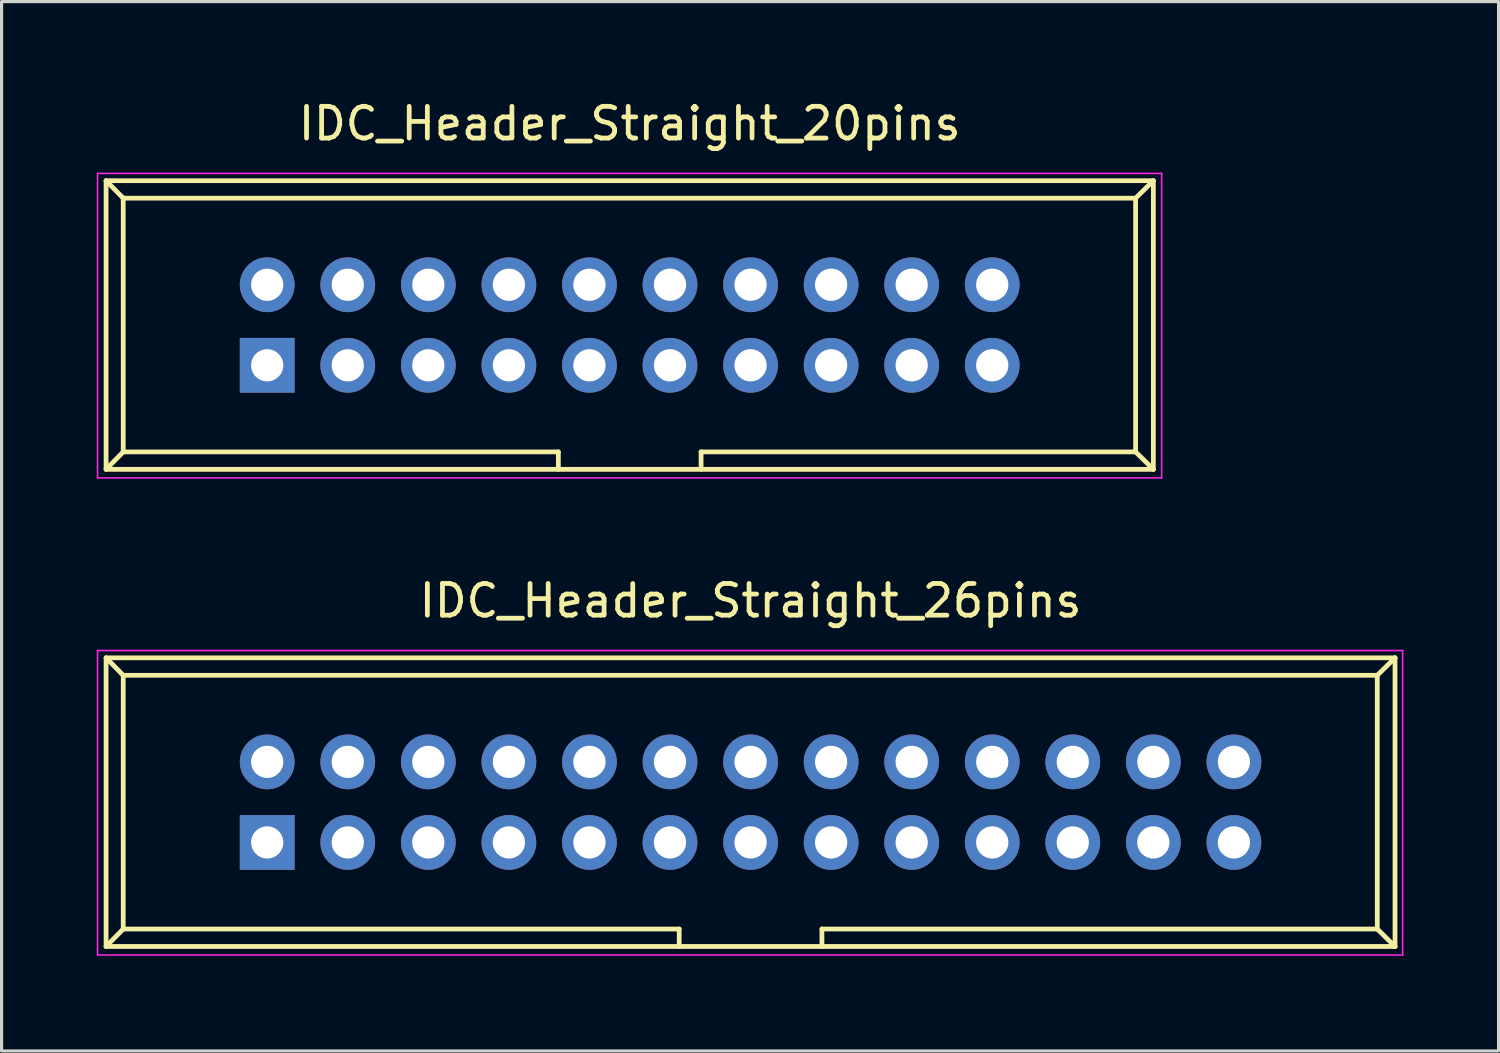
<source format=kicad_pcb>
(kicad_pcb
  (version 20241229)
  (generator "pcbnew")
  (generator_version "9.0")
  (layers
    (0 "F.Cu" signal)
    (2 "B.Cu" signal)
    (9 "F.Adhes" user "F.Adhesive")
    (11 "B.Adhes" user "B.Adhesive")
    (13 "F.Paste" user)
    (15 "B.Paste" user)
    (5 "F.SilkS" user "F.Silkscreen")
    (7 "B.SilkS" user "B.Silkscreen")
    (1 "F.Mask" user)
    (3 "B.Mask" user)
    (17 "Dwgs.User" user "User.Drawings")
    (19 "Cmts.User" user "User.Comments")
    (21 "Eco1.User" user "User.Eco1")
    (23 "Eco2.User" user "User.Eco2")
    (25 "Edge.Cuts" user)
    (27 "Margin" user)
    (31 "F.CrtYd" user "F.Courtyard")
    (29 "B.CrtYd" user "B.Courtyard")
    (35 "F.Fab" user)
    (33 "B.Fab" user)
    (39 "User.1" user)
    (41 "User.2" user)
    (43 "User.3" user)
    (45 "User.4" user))
  (footprint "IDC_Header_Straight_26pins"
    (layer "F.Cu")
    (at 5.375 23.512)
    (property "Reference" "IDC_Header_Straight_26pins" (at 15.24 -7.62 0) (layer "F.SilkS") (effects (font (size 1 1) (thickness 0.15))))
    (attr through_hole)
    (fp_line (start -5.08 -5.82) (end -5.08 3.28) (stroke (width 0.15) (type solid)) (layer "F.SilkS"))
    (fp_line (start -5.08 -5.82) (end -4.54 -5.27) (stroke (width 0.15) (type solid)) (layer "F.SilkS"))
    (fp_line (start -5.08 -5.82) (end 35.56 -5.82) (stroke (width 0.15) (type solid)) (layer "F.SilkS"))
    (fp_line (start -5.08 3.28) (end -4.54 2.73) (stroke (width 0.15) (type solid)) (layer "F.SilkS"))
    (fp_line (start -5.08 3.28) (end 35.56 3.28) (stroke (width 0.15) (type solid)) (layer "F.SilkS"))
    (fp_line (start -4.54 -5.27) (end -4.54 2.73) (stroke (width 0.15) (type solid)) (layer "F.SilkS"))
    (fp_line (start -4.54 -5.27) (end 35 -5.27) (stroke (width 0.15) (type solid)) (layer "F.SilkS"))
    (fp_line (start -4.54 2.73) (end 12.99 2.73) (stroke (width 0.15) (type solid)) (layer "F.SilkS"))
    (fp_line (start 12.99 2.73) (end 12.99 3.28) (stroke (width 0.15) (type solid)) (layer "F.SilkS"))
    (fp_line (start 17.49 2.73) (end 17.49 3.28) (stroke (width 0.15) (type solid)) (layer "F.SilkS"))
    (fp_line (start 17.49 2.73) (end 35 2.73) (stroke (width 0.15) (type solid)) (layer "F.SilkS"))
    (fp_line (start 35 -5.27) (end 35 2.73) (stroke (width 0.15) (type solid)) (layer "F.SilkS"))
    (fp_line (start 35.56 -5.82) (end 35 -5.27) (stroke (width 0.15) (type solid)) (layer "F.SilkS"))
    (fp_line (start 35.56 -5.82) (end 35.56 3.28) (stroke (width 0.15) (type solid)) (layer "F.SilkS"))
    (fp_line (start 35.56 3.28) (end 35 2.73) (stroke (width 0.15) (type solid)) (layer "F.SilkS"))
    (fp_line (start -5.35 -6.05) (end 35.8 -6.05) (stroke (width 0.05) (type solid)) (layer "F.CrtYd"))
    (fp_line (start -5.35 3.55) (end -5.35 -6.05) (stroke (width 0.05) (type solid)) (layer "F.CrtYd"))
    (fp_line (start 35.8 -6.05) (end 35.8 3.55) (stroke (width 0.05) (type solid)) (layer "F.CrtYd"))
    (fp_line (start 35.8 3.55) (end -5.35 3.55) (stroke (width 0.05) (type solid)) (layer "F.CrtYd"))
    (pad "1" thru_hole rect (at 0 0) (size 1.727 1.727) (drill 1.016) (layers "*.Cu" "*.Mask"))
    (pad "2" thru_hole oval (at 0 -2.54) (size 1.727 1.727) (drill 1.016) (layers "*.Cu" "*.Mask"))
    (pad "3" thru_hole oval (at 2.54 0) (size 1.727 1.727) (drill 1.016) (layers "*.Cu" "*.Mask"))
    (pad "4" thru_hole oval (at 2.54 -2.54) (size 1.727 1.727) (drill 1.016) (layers "*.Cu" "*.Mask"))
    (pad "5" thru_hole oval (at 5.08 0) (size 1.727 1.727) (drill 1.016) (layers "*.Cu" "*.Mask"))
    (pad "6" thru_hole oval (at 5.08 -2.54) (size 1.727 1.727) (drill 1.016) (layers "*.Cu" "*.Mask"))
    (pad "7" thru_hole oval (at 7.62 0) (size 1.727 1.727) (drill 1.016) (layers "*.Cu" "*.Mask"))
    (pad "8" thru_hole oval (at 7.62 -2.54) (size 1.727 1.727) (drill 1.016) (layers "*.Cu" "*.Mask"))
    (pad "9" thru_hole oval (at 10.16 0) (size 1.727 1.727) (drill 1.016) (layers "*.Cu" "*.Mask"))
    (pad "10" thru_hole oval (at 10.16 -2.54) (size 1.727 1.727) (drill 1.016) (layers "*.Cu" "*.Mask"))
    (pad "11" thru_hole oval (at 12.7 0) (size 1.727 1.727) (drill 1.016) (layers "*.Cu" "*.Mask"))
    (pad "12" thru_hole oval (at 12.7 -2.54) (size 1.727 1.727) (drill 1.016) (layers "*.Cu" "*.Mask"))
    (pad "13" thru_hole oval (at 15.24 0) (size 1.727 1.727) (drill 1.016) (layers "*.Cu" "*.Mask"))
    (pad "14" thru_hole oval (at 15.24 -2.54) (size 1.727 1.727) (drill 1.016) (layers "*.Cu" "*.Mask"))
    (pad "15" thru_hole oval (at 17.78 0) (size 1.727 1.727) (drill 1.016) (layers "*.Cu" "*.Mask"))
    (pad "16" thru_hole oval (at 17.78 -2.54) (size 1.727 1.727) (drill 1.016) (layers "*.Cu" "*.Mask"))
    (pad "17" thru_hole oval (at 20.32 0) (size 1.727 1.727) (drill 1.016) (layers "*.Cu" "*.Mask"))
    (pad "18" thru_hole oval (at 20.32 -2.54) (size 1.727 1.727) (drill 1.016) (layers "*.Cu" "*.Mask"))
    (pad "19" thru_hole oval (at 22.86 0) (size 1.727 1.727) (drill 1.016) (layers "*.Cu" "*.Mask"))
    (pad "20" thru_hole oval (at 22.86 -2.54) (size 1.727 1.727) (drill 1.016) (layers "*.Cu" "*.Mask"))
    (pad "21" thru_hole oval (at 25.4 0) (size 1.727 1.727) (drill 1.016) (layers "*.Cu" "*.Mask"))
    (pad "22" thru_hole oval (at 25.4 -2.54) (size 1.727 1.727) (drill 1.016) (layers "*.Cu" "*.Mask"))
    (pad "23" thru_hole oval (at 27.94 0) (size 1.727 1.727) (drill 1.016) (layers "*.Cu" "*.Mask"))
    (pad "24" thru_hole oval (at 27.94 -2.54) (size 1.727 1.727) (drill 1.016) (layers "*.Cu" "*.Mask"))
    (pad "25" thru_hole oval (at 30.48 0) (size 1.727 1.727) (drill 1.016) (layers "*.Cu" "*.Mask"))
    (pad "26" thru_hole oval (at 30.48 -2.54) (size 1.727 1.727) (drill 1.016) (layers "*.Cu" "*.Mask")))
  (footprint "IDC_Header_Straight_20pins"
    (layer "F.Cu")
    (at 5.375 8.468)
    (property "Reference" "IDC_Header_Straight_20pins" (at 11.43 -7.62 0) (layer "F.SilkS") (effects (font (size 1 1) (thickness 0.15))))
    (attr through_hole)
    (fp_line (start -5.08 -5.82) (end -5.08 3.28) (stroke (width 0.15) (type solid)) (layer "F.SilkS"))
    (fp_line (start -5.08 -5.82) (end -4.54 -5.27) (stroke (width 0.15) (type solid)) (layer "F.SilkS"))
    (fp_line (start -5.08 -5.82) (end 27.94 -5.82) (stroke (width 0.15) (type solid)) (layer "F.SilkS"))
    (fp_line (start -5.08 3.28) (end -4.54 2.73) (stroke (width 0.15) (type solid)) (layer "F.SilkS"))
    (fp_line (start -5.08 3.28) (end 27.94 3.28) (stroke (width 0.15) (type solid)) (layer "F.SilkS"))
    (fp_line (start -4.54 -5.27) (end -4.54 2.73) (stroke (width 0.15) (type solid)) (layer "F.SilkS"))
    (fp_line (start -4.54 -5.27) (end 27.38 -5.27) (stroke (width 0.15) (type solid)) (layer "F.SilkS"))
    (fp_line (start -4.54 2.73) (end 9.18 2.73) (stroke (width 0.15) (type solid)) (layer "F.SilkS"))
    (fp_line (start 9.18 2.73) (end 9.18 3.28) (stroke (width 0.15) (type solid)) (layer "F.SilkS"))
    (fp_line (start 13.68 2.73) (end 13.68 3.28) (stroke (width 0.15) (type solid)) (layer "F.SilkS"))
    (fp_line (start 13.68 2.73) (end 27.38 2.73) (stroke (width 0.15) (type solid)) (layer "F.SilkS"))
    (fp_line (start 27.38 -5.27) (end 27.38 2.73) (stroke (width 0.15) (type solid)) (layer "F.SilkS"))
    (fp_line (start 27.94 -5.82) (end 27.38 -5.27) (stroke (width 0.15) (type solid)) (layer "F.SilkS"))
    (fp_line (start 27.94 -5.82) (end 27.94 3.28) (stroke (width 0.15) (type solid)) (layer "F.SilkS"))
    (fp_line (start 27.94 3.28) (end 27.38 2.73) (stroke (width 0.15) (type solid)) (layer "F.SilkS"))
    (fp_line (start -5.35 -6.05) (end 28.2 -6.05) (stroke (width 0.05) (type solid)) (layer "F.CrtYd"))
    (fp_line (start -5.35 3.55) (end -5.35 -6.05) (stroke (width 0.05) (type solid)) (layer "F.CrtYd"))
    (fp_line (start 28.2 -6.05) (end 28.2 3.55) (stroke (width 0.05) (type solid)) (layer "F.CrtYd"))
    (fp_line (start 28.2 3.55) (end -5.35 3.55) (stroke (width 0.05) (type solid)) (layer "F.CrtYd"))
    (pad "1" thru_hole rect (at 0 0) (size 1.727 1.727) (drill 1.016) (layers "*.Cu" "*.Mask"))
    (pad "2" thru_hole oval (at 0 -2.54) (size 1.727 1.727) (drill 1.016) (layers "*.Cu" "*.Mask"))
    (pad "3" thru_hole oval (at 2.54 0) (size 1.727 1.727) (drill 1.016) (layers "*.Cu" "*.Mask"))
    (pad "4" thru_hole oval (at 2.54 -2.54) (size 1.727 1.727) (drill 1.016) (layers "*.Cu" "*.Mask"))
    (pad "5" thru_hole oval (at 5.08 0) (size 1.727 1.727) (drill 1.016) (layers "*.Cu" "*.Mask"))
    (pad "6" thru_hole oval (at 5.08 -2.54) (size 1.727 1.727) (drill 1.016) (layers "*.Cu" "*.Mask"))
    (pad "7" thru_hole oval (at 7.62 0) (size 1.727 1.727) (drill 1.016) (layers "*.Cu" "*.Mask"))
    (pad "8" thru_hole oval (at 7.62 -2.54) (size 1.727 1.727) (drill 1.016) (layers "*.Cu" "*.Mask"))
    (pad "9" thru_hole oval (at 10.16 0) (size 1.727 1.727) (drill 1.016) (layers "*.Cu" "*.Mask"))
    (pad "10" thru_hole oval (at 10.16 -2.54) (size 1.727 1.727) (drill 1.016) (layers "*.Cu" "*.Mask"))
    (pad "11" thru_hole oval (at 12.7 0) (size 1.727 1.727) (drill 1.016) (layers "*.Cu" "*.Mask"))
    (pad "12" thru_hole oval (at 12.7 -2.54) (size 1.727 1.727) (drill 1.016) (layers "*.Cu" "*.Mask"))
    (pad "13" thru_hole oval (at 15.24 0) (size 1.727 1.727) (drill 1.016) (layers "*.Cu" "*.Mask"))
    (pad "14" thru_hole oval (at 15.24 -2.54) (size 1.727 1.727) (drill 1.016) (layers "*.Cu" "*.Mask"))
    (pad "15" thru_hole oval (at 17.78 0) (size 1.727 1.727) (drill 1.016) (layers "*.Cu" "*.Mask"))
    (pad "16" thru_hole oval (at 17.78 -2.54) (size 1.727 1.727) (drill 1.016) (layers "*.Cu" "*.Mask"))
    (pad "17" thru_hole oval (at 20.32 0) (size 1.727 1.727) (drill 1.016) (layers "*.Cu" "*.Mask"))
    (pad "18" thru_hole oval (at 20.32 -2.54) (size 1.727 1.727) (drill 1.016) (layers "*.Cu" "*.Mask"))
    (pad "19" thru_hole oval (at 22.86 0) (size 1.727 1.727) (drill 1.016) (layers "*.Cu" "*.Mask"))
    (pad "20" thru_hole oval (at 22.86 -2.54) (size 1.727 1.727) (drill 1.016) (layers "*.Cu" "*.Mask")))
  (gr_rect
    (start -3 -3)
    (end 44.2 30.087)
    (stroke (width 0.1) (type default))
    (fill no)
    (layer "Edge.Cuts")))
</source>
